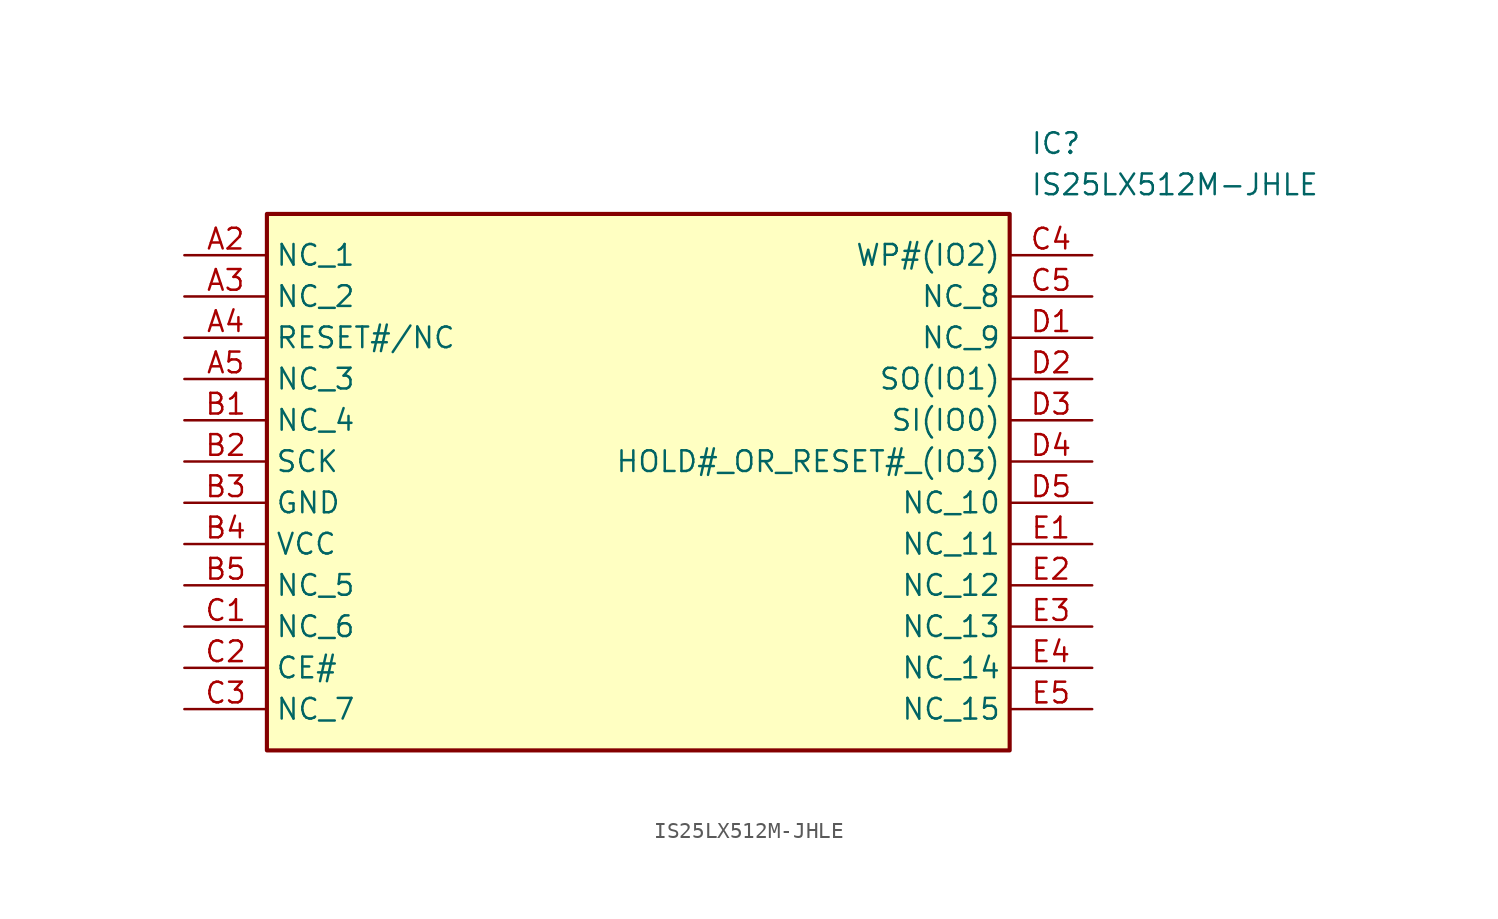
<source format=kicad_sym>
(kicad_symbol_lib
  (version 20211014)
  (generator SamacSys_ECAD_Model)
  (symbol "IS25LX512M-JHLE"
    (property "Reference" "IC"
      (at 52.07 7.62 0)
      (effects (font (size 1.27 1.27)) (justify left top)))
    (property "Value" "IS25LX512M-JHLE"
      (at 52.07 5.08 0)
      (effects (font (size 1.27 1.27)) (justify left top)))
    (rectangle
      (start 5.08 2.54)
      (end 50.8 -30.48)
      (stroke (width 0.254) (type default))
      (fill (type background)))
    (pin passive line
      (at 0 0 0)
      (length 5.08)
      (name "NC_1" (effects (font (size 1.27 1.27))))
      (number "A2" (effects (font (size 1.27 1.27)))))
    (pin passive line
      (at 0 -2.54 0)
      (length 5.08)
      (name "NC_2" (effects (font (size 1.27 1.27))))
      (number "A3" (effects (font (size 1.27 1.27)))))
    (pin passive line
      (at 0 -5.08 0)
      (length 5.08)
      (name "RESET#/NC" (effects (font (size 1.27 1.27))))
      (number "A4" (effects (font (size 1.27 1.27)))))
    (pin passive line
      (at 0 -7.62 0)
      (length 5.08)
      (name "NC_3" (effects (font (size 1.27 1.27))))
      (number "A5" (effects (font (size 1.27 1.27)))))
    (pin passive line
      (at 0 -10.16 0)
      (length 5.08)
      (name "NC_4" (effects (font (size 1.27 1.27))))
      (number "B1" (effects (font (size 1.27 1.27)))))
    (pin passive line
      (at 0 -12.7 0)
      (length 5.08)
      (name "SCK" (effects (font (size 1.27 1.27))))
      (number "B2" (effects (font (size 1.27 1.27)))))
    (pin passive line
      (at 0 -15.24 0)
      (length 5.08)
      (name "GND" (effects (font (size 1.27 1.27))))
      (number "B3" (effects (font (size 1.27 1.27)))))
    (pin passive line
      (at 0 -17.78 0)
      (length 5.08)
      (name "VCC" (effects (font (size 1.27 1.27))))
      (number "B4" (effects (font (size 1.27 1.27)))))
    (pin passive line
      (at 0 -20.32 0)
      (length 5.08)
      (name "NC_5" (effects (font (size 1.27 1.27))))
      (number "B5" (effects (font (size 1.27 1.27)))))
    (pin passive line
      (at 0 -22.86 0)
      (length 5.08)
      (name "NC_6" (effects (font (size 1.27 1.27))))
      (number "C1" (effects (font (size 1.27 1.27)))))
    (pin passive line
      (at 0 -25.4 0)
      (length 5.08)
      (name "CE#" (effects (font (size 1.27 1.27))))
      (number "C2" (effects (font (size 1.27 1.27)))))
    (pin passive line
      (at 0 -27.94 0)
      (length 5.08)
      (name "NC_7" (effects (font (size 1.27 1.27))))
      (number "C3" (effects (font (size 1.27 1.27)))))
    (pin passive line
      (at 55.88 0 180)
      (length 5.08)
      (name "WP#(IO2)" (effects (font (size 1.27 1.27))))
      (number "C4" (effects (font (size 1.27 1.27)))))
    (pin passive line
      (at 55.88 -2.54 180)
      (length 5.08)
      (name "NC_8" (effects (font (size 1.27 1.27))))
      (number "C5" (effects (font (size 1.27 1.27)))))
    (pin passive line
      (at 55.88 -5.08 180)
      (length 5.08)
      (name "NC_9" (effects (font (size 1.27 1.27))))
      (number "D1" (effects (font (size 1.27 1.27)))))
    (pin passive line
      (at 55.88 -7.62 180)
      (length 5.08)
      (name "SO(IO1)" (effects (font (size 1.27 1.27))))
      (number "D2" (effects (font (size 1.27 1.27)))))
    (pin passive line
      (at 55.88 -10.16 180)
      (length 5.08)
      (name "SI(IO0)" (effects (font (size 1.27 1.27))))
      (number "D3" (effects (font (size 1.27 1.27)))))
    (pin passive line
      (at 55.88 -12.7 180)
      (length 5.08)
      (name "HOLD#_OR_RESET#_(IO3)" (effects (font (size 1.27 1.27))))
      (number "D4" (effects (font (size 1.27 1.27)))))
    (pin passive line
      (at 55.88 -15.24 180)
      (length 5.08)
      (name "NC_10" (effects (font (size 1.27 1.27))))
      (number "D5" (effects (font (size 1.27 1.27)))))
    (pin passive line
      (at 55.88 -17.78 180)
      (length 5.08)
      (name "NC_11" (effects (font (size 1.27 1.27))))
      (number "E1" (effects (font (size 1.27 1.27)))))
    (pin passive line
      (at 55.88 -20.32 180)
      (length 5.08)
      (name "NC_12" (effects (font (size 1.27 1.27))))
      (number "E2" (effects (font (size 1.27 1.27)))))
    (pin passive line
      (at 55.88 -22.86 180)
      (length 5.08)
      (name "NC_13" (effects (font (size 1.27 1.27))))
      (number "E3" (effects (font (size 1.27 1.27)))))
    (pin passive line
      (at 55.88 -25.4 180)
      (length 5.08)
      (name "NC_14" (effects (font (size 1.27 1.27))))
      (number "E4" (effects (font (size 1.27 1.27)))))
    (pin passive line
      (at 55.88 -27.94 180)
      (length 5.08)
      (name "NC_15" (effects (font (size 1.27 1.27))))
      (number "E5" (effects (font (size 1.27 1.27)))))))
</source>
